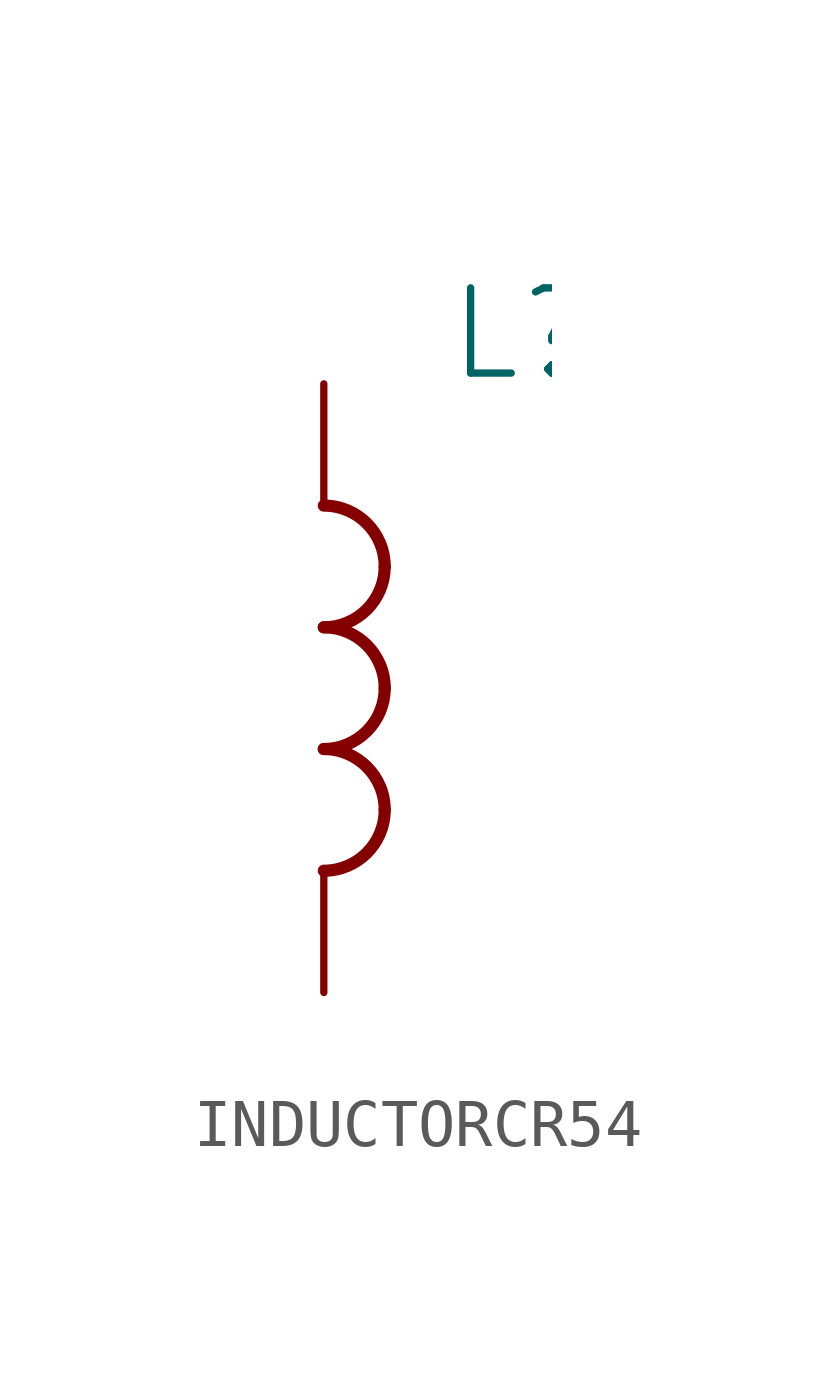
<source format=kicad_sym>
(kicad_symbol_lib
  (version 20231120)
  (generator "kicad_symbol_editor")
  (generator_version "8.0")
  (symbol "INDUCTORCR54"
    (property "Reference" "L"
      (at 2.54 5.08 0)
      (effects (font (size 1.778 1.778)) (justify left bottom)))
    (property "Value" ""
      (at 2.54 -5.08 0)
      (effects (font (size 1.778 1.778)) (justify left bottom)))
    (property "ki_locked" ""
      (at 0 0 0)
      (effects (font (size 1.27 1.27))))
    (symbol "INDUCTORCR54_1_0"
      (arc (start 0 -5.08) (mid 0.898 -4.708) (end 1.27 -3.81) (stroke (width 0.254) (type solid)) (fill (type none)))
      (arc (start 0 -2.54) (mid 0.898 -2.168) (end 1.27 -1.27) (stroke (width 0.254) (type solid)) (fill (type none)))
      (arc (start 0 0) (mid 0.898 0.372) (end 1.27 1.27) (stroke (width 0.254) (type solid)) (fill (type none)))
      (arc (start 1.27 -3.81) (mid 0.898 -2.912) (end 0 -2.54) (stroke (width 0.254) (type solid)) (fill (type none)))
      (arc (start 1.27 -1.27) (mid 0.898 -0.372) (end 0 0) (stroke (width 0.254) (type solid)) (fill (type none)))
      (arc (start 1.27 1.27) (mid 0.898 2.168) (end 0 2.54) (stroke (width 0.254) (type solid)) (fill (type none)))
      (pin passive line (at 0 5.08 270) (length 2.54) (name "1" (effects (font (size 0 0)))) (number "P$1" (effects (font (size 0 0)))))
      (pin passive line (at 0 -7.62 90) (length 2.54) (name "2" (effects (font (size 0 0)))) (number "P$2" (effects (font (size 0 0))))))))
</source>
